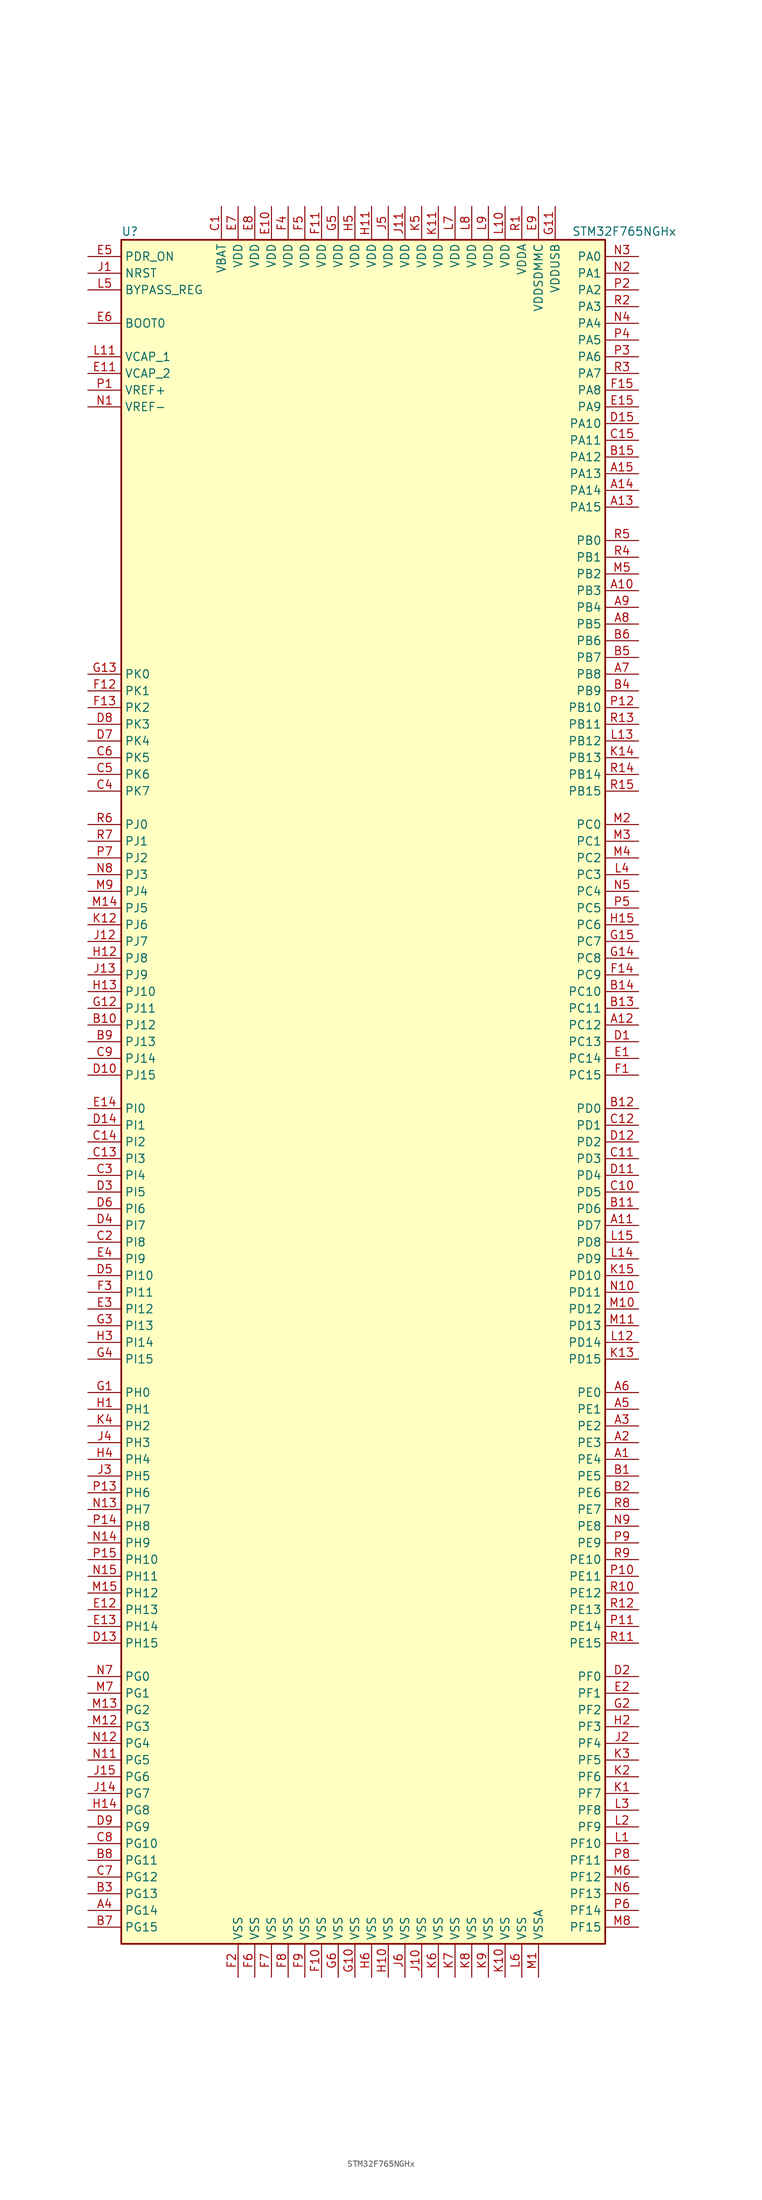
<source format=kicad_sym>
(kicad_symbol_lib
  (version 20211014)
  (generator kicad_symbol_editor)
  (symbol "STM32F765NGHx"
    (property "Reference" "U"
      (at -38.1 130.81 0)
      (effects (font (size 1.27 1.27)) (justify left)))
    (property "Value" "STM32F765NGHx"
      (at 30.48 130.81 0)
      (effects (font (size 1.27 1.27)) (justify left)))
    (symbol "STM32F765NGHx_0_1"
      (rectangle (start -38.1 -129.54) (end 35.56 129.54) (stroke (width 0.254) (type default) (color 0 0 0 0)) (fill (type background))))
    (symbol "STM32F765NGHx_1_1"
      (pin bidirectional line (at 40.64 -55.88 180) (length 5.08) (name "PE4" (effects (font (size 1.27 1.27)))) (number "A1" (effects (font (size 1.27 1.27)))))
      (pin bidirectional line (at 40.64 76.2 180) (length 5.08) (name "PB3" (effects (font (size 1.27 1.27)))) (number "A10" (effects (font (size 1.27 1.27)))))
      (pin bidirectional line (at 40.64 -20.32 180) (length 5.08) (name "PD7" (effects (font (size 1.27 1.27)))) (number "A11" (effects (font (size 1.27 1.27)))))
      (pin bidirectional line (at 40.64 10.16 180) (length 5.08) (name "PC12" (effects (font (size 1.27 1.27)))) (number "A12" (effects (font (size 1.27 1.27)))))
      (pin bidirectional line (at 40.64 88.9 180) (length 5.08) (name "PA15" (effects (font (size 1.27 1.27)))) (number "A13" (effects (font (size 1.27 1.27)))))
      (pin bidirectional line (at 40.64 91.44 180) (length 5.08) (name "PA14" (effects (font (size 1.27 1.27)))) (number "A14" (effects (font (size 1.27 1.27)))))
      (pin bidirectional line (at 40.64 93.98 180) (length 5.08) (name "PA13" (effects (font (size 1.27 1.27)))) (number "A15" (effects (font (size 1.27 1.27)))))
      (pin bidirectional line (at 40.64 -53.34 180) (length 5.08) (name "PE3" (effects (font (size 1.27 1.27)))) (number "A2" (effects (font (size 1.27 1.27)))))
      (pin bidirectional line (at 40.64 -50.8 180) (length 5.08) (name "PE2" (effects (font (size 1.27 1.27)))) (number "A3" (effects (font (size 1.27 1.27)))))
      (pin bidirectional line (at -43.18 -124.46 0) (length 5.08) (name "PG14" (effects (font (size 1.27 1.27)))) (number "A4" (effects (font (size 1.27 1.27)))))
      (pin bidirectional line (at 40.64 -48.26 180) (length 5.08) (name "PE1" (effects (font (size 1.27 1.27)))) (number "A5" (effects (font (size 1.27 1.27)))))
      (pin bidirectional line (at 40.64 -45.72 180) (length 5.08) (name "PE0" (effects (font (size 1.27 1.27)))) (number "A6" (effects (font (size 1.27 1.27)))))
      (pin bidirectional line (at 40.64 63.5 180) (length 5.08) (name "PB8" (effects (font (size 1.27 1.27)))) (number "A7" (effects (font (size 1.27 1.27)))))
      (pin bidirectional line (at 40.64 71.12 180) (length 5.08) (name "PB5" (effects (font (size 1.27 1.27)))) (number "A8" (effects (font (size 1.27 1.27)))))
      (pin bidirectional line (at 40.64 73.66 180) (length 5.08) (name "PB4" (effects (font (size 1.27 1.27)))) (number "A9" (effects (font (size 1.27 1.27)))))
      (pin bidirectional line (at 40.64 -58.42 180) (length 5.08) (name "PE5" (effects (font (size 1.27 1.27)))) (number "B1" (effects (font (size 1.27 1.27)))))
      (pin bidirectional line (at -43.18 10.16 0) (length 5.08) (name "PJ12" (effects (font (size 1.27 1.27)))) (number "B10" (effects (font (size 1.27 1.27)))))
      (pin bidirectional line (at 40.64 -17.78 180) (length 5.08) (name "PD6" (effects (font (size 1.27 1.27)))) (number "B11" (effects (font (size 1.27 1.27)))))
      (pin bidirectional line (at 40.64 -2.54 180) (length 5.08) (name "PD0" (effects (font (size 1.27 1.27)))) (number "B12" (effects (font (size 1.27 1.27)))))
      (pin bidirectional line (at 40.64 12.7 180) (length 5.08) (name "PC11" (effects (font (size 1.27 1.27)))) (number "B13" (effects (font (size 1.27 1.27)))))
      (pin bidirectional line (at 40.64 15.24 180) (length 5.08) (name "PC10" (effects (font (size 1.27 1.27)))) (number "B14" (effects (font (size 1.27 1.27)))))
      (pin bidirectional line (at 40.64 96.52 180) (length 5.08) (name "PA12" (effects (font (size 1.27 1.27)))) (number "B15" (effects (font (size 1.27 1.27)))))
      (pin bidirectional line (at 40.64 -60.96 180) (length 5.08) (name "PE6" (effects (font (size 1.27 1.27)))) (number "B2" (effects (font (size 1.27 1.27)))))
      (pin bidirectional line (at -43.18 -121.92 0) (length 5.08) (name "PG13" (effects (font (size 1.27 1.27)))) (number "B3" (effects (font (size 1.27 1.27)))))
      (pin bidirectional line (at 40.64 60.96 180) (length 5.08) (name "PB9" (effects (font (size 1.27 1.27)))) (number "B4" (effects (font (size 1.27 1.27)))))
      (pin bidirectional line (at 40.64 66.04 180) (length 5.08) (name "PB7" (effects (font (size 1.27 1.27)))) (number "B5" (effects (font (size 1.27 1.27)))))
      (pin bidirectional line (at 40.64 68.58 180) (length 5.08) (name "PB6" (effects (font (size 1.27 1.27)))) (number "B6" (effects (font (size 1.27 1.27)))))
      (pin bidirectional line (at -43.18 -127 0) (length 5.08) (name "PG15" (effects (font (size 1.27 1.27)))) (number "B7" (effects (font (size 1.27 1.27)))))
      (pin bidirectional line (at -43.18 -116.84 0) (length 5.08) (name "PG11" (effects (font (size 1.27 1.27)))) (number "B8" (effects (font (size 1.27 1.27)))))
      (pin bidirectional line (at -43.18 7.62 0) (length 5.08) (name "PJ13" (effects (font (size 1.27 1.27)))) (number "B9" (effects (font (size 1.27 1.27)))))
      (pin power_in line (at -22.86 134.62 270) (length 5.08) (name "VBAT" (effects (font (size 1.27 1.27)))) (number "C1" (effects (font (size 1.27 1.27)))))
      (pin bidirectional line (at 40.64 -15.24 180) (length 5.08) (name "PD5" (effects (font (size 1.27 1.27)))) (number "C10" (effects (font (size 1.27 1.27)))))
      (pin bidirectional line (at 40.64 -10.16 180) (length 5.08) (name "PD3" (effects (font (size 1.27 1.27)))) (number "C11" (effects (font (size 1.27 1.27)))))
      (pin bidirectional line (at 40.64 -5.08 180) (length 5.08) (name "PD1" (effects (font (size 1.27 1.27)))) (number "C12" (effects (font (size 1.27 1.27)))))
      (pin bidirectional line (at -43.18 -10.16 0) (length 5.08) (name "PI3" (effects (font (size 1.27 1.27)))) (number "C13" (effects (font (size 1.27 1.27)))))
      (pin bidirectional line (at -43.18 -7.62 0) (length 5.08) (name "PI2" (effects (font (size 1.27 1.27)))) (number "C14" (effects (font (size 1.27 1.27)))))
      (pin bidirectional line (at 40.64 99.06 180) (length 5.08) (name "PA11" (effects (font (size 1.27 1.27)))) (number "C15" (effects (font (size 1.27 1.27)))))
      (pin bidirectional line (at -43.18 -22.86 0) (length 5.08) (name "PI8" (effects (font (size 1.27 1.27)))) (number "C2" (effects (font (size 1.27 1.27)))))
      (pin bidirectional line (at -43.18 -12.7 0) (length 5.08) (name "PI4" (effects (font (size 1.27 1.27)))) (number "C3" (effects (font (size 1.27 1.27)))))
      (pin bidirectional line (at -43.18 45.72 0) (length 5.08) (name "PK7" (effects (font (size 1.27 1.27)))) (number "C4" (effects (font (size 1.27 1.27)))))
      (pin bidirectional line (at -43.18 48.26 0) (length 5.08) (name "PK6" (effects (font (size 1.27 1.27)))) (number "C5" (effects (font (size 1.27 1.27)))))
      (pin bidirectional line (at -43.18 50.8 0) (length 5.08) (name "PK5" (effects (font (size 1.27 1.27)))) (number "C6" (effects (font (size 1.27 1.27)))))
      (pin bidirectional line (at -43.18 -119.38 0) (length 5.08) (name "PG12" (effects (font (size 1.27 1.27)))) (number "C7" (effects (font (size 1.27 1.27)))))
      (pin bidirectional line (at -43.18 -114.3 0) (length 5.08) (name "PG10" (effects (font (size 1.27 1.27)))) (number "C8" (effects (font (size 1.27 1.27)))))
      (pin bidirectional line (at -43.18 5.08 0) (length 5.08) (name "PJ14" (effects (font (size 1.27 1.27)))) (number "C9" (effects (font (size 1.27 1.27)))))
      (pin bidirectional line (at 40.64 7.62 180) (length 5.08) (name "PC13" (effects (font (size 1.27 1.27)))) (number "D1" (effects (font (size 1.27 1.27)))))
      (pin bidirectional line (at -43.18 2.54 0) (length 5.08) (name "PJ15" (effects (font (size 1.27 1.27)))) (number "D10" (effects (font (size 1.27 1.27)))))
      (pin bidirectional line (at 40.64 -12.7 180) (length 5.08) (name "PD4" (effects (font (size 1.27 1.27)))) (number "D11" (effects (font (size 1.27 1.27)))))
      (pin bidirectional line (at 40.64 -7.62 180) (length 5.08) (name "PD2" (effects (font (size 1.27 1.27)))) (number "D12" (effects (font (size 1.27 1.27)))))
      (pin bidirectional line (at -43.18 -83.82 0) (length 5.08) (name "PH15" (effects (font (size 1.27 1.27)))) (number "D13" (effects (font (size 1.27 1.27)))))
      (pin bidirectional line (at -43.18 -5.08 0) (length 5.08) (name "PI1" (effects (font (size 1.27 1.27)))) (number "D14" (effects (font (size 1.27 1.27)))))
      (pin bidirectional line (at 40.64 101.6 180) (length 5.08) (name "PA10" (effects (font (size 1.27 1.27)))) (number "D15" (effects (font (size 1.27 1.27)))))
      (pin bidirectional line (at 40.64 -88.9 180) (length 5.08) (name "PF0" (effects (font (size 1.27 1.27)))) (number "D2" (effects (font (size 1.27 1.27)))))
      (pin bidirectional line (at -43.18 -15.24 0) (length 5.08) (name "PI5" (effects (font (size 1.27 1.27)))) (number "D3" (effects (font (size 1.27 1.27)))))
      (pin bidirectional line (at -43.18 -20.32 0) (length 5.08) (name "PI7" (effects (font (size 1.27 1.27)))) (number "D4" (effects (font (size 1.27 1.27)))))
      (pin bidirectional line (at -43.18 -27.94 0) (length 5.08) (name "PI10" (effects (font (size 1.27 1.27)))) (number "D5" (effects (font (size 1.27 1.27)))))
      (pin bidirectional line (at -43.18 -17.78 0) (length 5.08) (name "PI6" (effects (font (size 1.27 1.27)))) (number "D6" (effects (font (size 1.27 1.27)))))
      (pin bidirectional line (at -43.18 53.34 0) (length 5.08) (name "PK4" (effects (font (size 1.27 1.27)))) (number "D7" (effects (font (size 1.27 1.27)))))
      (pin bidirectional line (at -43.18 55.88 0) (length 5.08) (name "PK3" (effects (font (size 1.27 1.27)))) (number "D8" (effects (font (size 1.27 1.27)))))
      (pin bidirectional line (at -43.18 -111.76 0) (length 5.08) (name "PG9" (effects (font (size 1.27 1.27)))) (number "D9" (effects (font (size 1.27 1.27)))))
      (pin bidirectional line (at 40.64 5.08 180) (length 5.08) (name "PC14" (effects (font (size 1.27 1.27)))) (number "E1" (effects (font (size 1.27 1.27)))))
      (pin power_in line (at -15.24 134.62 270) (length 5.08) (name "VDD" (effects (font (size 1.27 1.27)))) (number "E10" (effects (font (size 1.27 1.27)))))
      (pin power_in line (at -43.18 109.22 0) (length 5.08) (name "VCAP_2" (effects (font (size 1.27 1.27)))) (number "E11" (effects (font (size 1.27 1.27)))))
      (pin bidirectional line (at -43.18 -78.74 0) (length 5.08) (name "PH13" (effects (font (size 1.27 1.27)))) (number "E12" (effects (font (size 1.27 1.27)))))
      (pin bidirectional line (at -43.18 -81.28 0) (length 5.08) (name "PH14" (effects (font (size 1.27 1.27)))) (number "E13" (effects (font (size 1.27 1.27)))))
      (pin bidirectional line (at -43.18 -2.54 0) (length 5.08) (name "PI0" (effects (font (size 1.27 1.27)))) (number "E14" (effects (font (size 1.27 1.27)))))
      (pin bidirectional line (at 40.64 104.14 180) (length 5.08) (name "PA9" (effects (font (size 1.27 1.27)))) (number "E15" (effects (font (size 1.27 1.27)))))
      (pin bidirectional line (at 40.64 -91.44 180) (length 5.08) (name "PF1" (effects (font (size 1.27 1.27)))) (number "E2" (effects (font (size 1.27 1.27)))))
      (pin bidirectional line (at -43.18 -33.02 0) (length 5.08) (name "PI12" (effects (font (size 1.27 1.27)))) (number "E3" (effects (font (size 1.27 1.27)))))
      (pin bidirectional line (at -43.18 -25.4 0) (length 5.08) (name "PI9" (effects (font (size 1.27 1.27)))) (number "E4" (effects (font (size 1.27 1.27)))))
      (pin input line (at -43.18 127 0) (length 5.08) (name "PDR_ON" (effects (font (size 1.27 1.27)))) (number "E5" (effects (font (size 1.27 1.27)))))
      (pin input line (at -43.18 116.84 0) (length 5.08) (name "BOOT0" (effects (font (size 1.27 1.27)))) (number "E6" (effects (font (size 1.27 1.27)))))
      (pin power_in line (at -20.32 134.62 270) (length 5.08) (name "VDD" (effects (font (size 1.27 1.27)))) (number "E7" (effects (font (size 1.27 1.27)))))
      (pin power_in line (at -17.78 134.62 270) (length 5.08) (name "VDD" (effects (font (size 1.27 1.27)))) (number "E8" (effects (font (size 1.27 1.27)))))
      (pin power_in line (at 25.4 134.62 270) (length 5.08) (name "VDDSDMMC" (effects (font (size 1.27 1.27)))) (number "E9" (effects (font (size 1.27 1.27)))))
      (pin bidirectional line (at 40.64 2.54 180) (length 5.08) (name "PC15" (effects (font (size 1.27 1.27)))) (number "F1" (effects (font (size 1.27 1.27)))))
      (pin power_in line (at -7.62 -134.62 90) (length 5.08) (name "VSS" (effects (font (size 1.27 1.27)))) (number "F10" (effects (font (size 1.27 1.27)))))
      (pin power_in line (at -7.62 134.62 270) (length 5.08) (name "VDD" (effects (font (size 1.27 1.27)))) (number "F11" (effects (font (size 1.27 1.27)))))
      (pin bidirectional line (at -43.18 60.96 0) (length 5.08) (name "PK1" (effects (font (size 1.27 1.27)))) (number "F12" (effects (font (size 1.27 1.27)))))
      (pin bidirectional line (at -43.18 58.42 0) (length 5.08) (name "PK2" (effects (font (size 1.27 1.27)))) (number "F13" (effects (font (size 1.27 1.27)))))
      (pin bidirectional line (at 40.64 17.78 180) (length 5.08) (name "PC9" (effects (font (size 1.27 1.27)))) (number "F14" (effects (font (size 1.27 1.27)))))
      (pin bidirectional line (at 40.64 106.68 180) (length 5.08) (name "PA8" (effects (font (size 1.27 1.27)))) (number "F15" (effects (font (size 1.27 1.27)))))
      (pin power_in line (at -20.32 -134.62 90) (length 5.08) (name "VSS" (effects (font (size 1.27 1.27)))) (number "F2" (effects (font (size 1.27 1.27)))))
      (pin bidirectional line (at -43.18 -30.48 0) (length 5.08) (name "PI11" (effects (font (size 1.27 1.27)))) (number "F3" (effects (font (size 1.27 1.27)))))
      (pin power_in line (at -12.7 134.62 270) (length 5.08) (name "VDD" (effects (font (size 1.27 1.27)))) (number "F4" (effects (font (size 1.27 1.27)))))
      (pin power_in line (at -10.16 134.62 270) (length 5.08) (name "VDD" (effects (font (size 1.27 1.27)))) (number "F5" (effects (font (size 1.27 1.27)))))
      (pin power_in line (at -17.78 -134.62 90) (length 5.08) (name "VSS" (effects (font (size 1.27 1.27)))) (number "F6" (effects (font (size 1.27 1.27)))))
      (pin power_in line (at -15.24 -134.62 90) (length 5.08) (name "VSS" (effects (font (size 1.27 1.27)))) (number "F7" (effects (font (size 1.27 1.27)))))
      (pin power_in line (at -12.7 -134.62 90) (length 5.08) (name "VSS" (effects (font (size 1.27 1.27)))) (number "F8" (effects (font (size 1.27 1.27)))))
      (pin power_in line (at -10.16 -134.62 90) (length 5.08) (name "VSS" (effects (font (size 1.27 1.27)))) (number "F9" (effects (font (size 1.27 1.27)))))
      (pin input line (at -43.18 -45.72 0) (length 5.08) (name "PH0" (effects (font (size 1.27 1.27)))) (number "G1" (effects (font (size 1.27 1.27)))))
      (pin power_in line (at -2.54 -134.62 90) (length 5.08) (name "VSS" (effects (font (size 1.27 1.27)))) (number "G10" (effects (font (size 1.27 1.27)))))
      (pin power_in line (at 27.94 134.62 270) (length 5.08) (name "VDDUSB" (effects (font (size 1.27 1.27)))) (number "G11" (effects (font (size 1.27 1.27)))))
      (pin bidirectional line (at -43.18 12.7 0) (length 5.08) (name "PJ11" (effects (font (size 1.27 1.27)))) (number "G12" (effects (font (size 1.27 1.27)))))
      (pin bidirectional line (at -43.18 63.5 0) (length 5.08) (name "PK0" (effects (font (size 1.27 1.27)))) (number "G13" (effects (font (size 1.27 1.27)))))
      (pin bidirectional line (at 40.64 20.32 180) (length 5.08) (name "PC8" (effects (font (size 1.27 1.27)))) (number "G14" (effects (font (size 1.27 1.27)))))
      (pin bidirectional line (at 40.64 22.86 180) (length 5.08) (name "PC7" (effects (font (size 1.27 1.27)))) (number "G15" (effects (font (size 1.27 1.27)))))
      (pin bidirectional line (at 40.64 -93.98 180) (length 5.08) (name "PF2" (effects (font (size 1.27 1.27)))) (number "G2" (effects (font (size 1.27 1.27)))))
      (pin bidirectional line (at -43.18 -35.56 0) (length 5.08) (name "PI13" (effects (font (size 1.27 1.27)))) (number "G3" (effects (font (size 1.27 1.27)))))
      (pin bidirectional line (at -43.18 -40.64 0) (length 5.08) (name "PI15" (effects (font (size 1.27 1.27)))) (number "G4" (effects (font (size 1.27 1.27)))))
      (pin power_in line (at -5.08 134.62 270) (length 5.08) (name "VDD" (effects (font (size 1.27 1.27)))) (number "G5" (effects (font (size 1.27 1.27)))))
      (pin power_in line (at -5.08 -134.62 90) (length 5.08) (name "VSS" (effects (font (size 1.27 1.27)))) (number "G6" (effects (font (size 1.27 1.27)))))
      (pin input line (at -43.18 -48.26 0) (length 5.08) (name "PH1" (effects (font (size 1.27 1.27)))) (number "H1" (effects (font (size 1.27 1.27)))))
      (pin power_in line (at 2.54 -134.62 90) (length 5.08) (name "VSS" (effects (font (size 1.27 1.27)))) (number "H10" (effects (font (size 1.27 1.27)))))
      (pin power_in line (at 0 134.62 270) (length 5.08) (name "VDD" (effects (font (size 1.27 1.27)))) (number "H11" (effects (font (size 1.27 1.27)))))
      (pin bidirectional line (at -43.18 20.32 0) (length 5.08) (name "PJ8" (effects (font (size 1.27 1.27)))) (number "H12" (effects (font (size 1.27 1.27)))))
      (pin bidirectional line (at -43.18 15.24 0) (length 5.08) (name "PJ10" (effects (font (size 1.27 1.27)))) (number "H13" (effects (font (size 1.27 1.27)))))
      (pin bidirectional line (at -43.18 -109.22 0) (length 5.08) (name "PG8" (effects (font (size 1.27 1.27)))) (number "H14" (effects (font (size 1.27 1.27)))))
      (pin bidirectional line (at 40.64 25.4 180) (length 5.08) (name "PC6" (effects (font (size 1.27 1.27)))) (number "H15" (effects (font (size 1.27 1.27)))))
      (pin bidirectional line (at 40.64 -96.52 180) (length 5.08) (name "PF3" (effects (font (size 1.27 1.27)))) (number "H2" (effects (font (size 1.27 1.27)))))
      (pin bidirectional line (at -43.18 -38.1 0) (length 5.08) (name "PI14" (effects (font (size 1.27 1.27)))) (number "H3" (effects (font (size 1.27 1.27)))))
      (pin bidirectional line (at -43.18 -55.88 0) (length 5.08) (name "PH4" (effects (font (size 1.27 1.27)))) (number "H4" (effects (font (size 1.27 1.27)))))
      (pin power_in line (at -2.54 134.62 270) (length 5.08) (name "VDD" (effects (font (size 1.27 1.27)))) (number "H5" (effects (font (size 1.27 1.27)))))
      (pin power_in line (at 0 -134.62 90) (length 5.08) (name "VSS" (effects (font (size 1.27 1.27)))) (number "H6" (effects (font (size 1.27 1.27)))))
      (pin input line (at -43.18 124.46 0) (length 5.08) (name "NRST" (effects (font (size 1.27 1.27)))) (number "J1" (effects (font (size 1.27 1.27)))))
      (pin power_in line (at 7.62 -134.62 90) (length 5.08) (name "VSS" (effects (font (size 1.27 1.27)))) (number "J10" (effects (font (size 1.27 1.27)))))
      (pin power_in line (at 5.08 134.62 270) (length 5.08) (name "VDD" (effects (font (size 1.27 1.27)))) (number "J11" (effects (font (size 1.27 1.27)))))
      (pin bidirectional line (at -43.18 22.86 0) (length 5.08) (name "PJ7" (effects (font (size 1.27 1.27)))) (number "J12" (effects (font (size 1.27 1.27)))))
      (pin bidirectional line (at -43.18 17.78 0) (length 5.08) (name "PJ9" (effects (font (size 1.27 1.27)))) (number "J13" (effects (font (size 1.27 1.27)))))
      (pin bidirectional line (at -43.18 -106.68 0) (length 5.08) (name "PG7" (effects (font (size 1.27 1.27)))) (number "J14" (effects (font (size 1.27 1.27)))))
      (pin bidirectional line (at -43.18 -104.14 0) (length 5.08) (name "PG6" (effects (font (size 1.27 1.27)))) (number "J15" (effects (font (size 1.27 1.27)))))
      (pin bidirectional line (at 40.64 -99.06 180) (length 5.08) (name "PF4" (effects (font (size 1.27 1.27)))) (number "J2" (effects (font (size 1.27 1.27)))))
      (pin bidirectional line (at -43.18 -58.42 0) (length 5.08) (name "PH5" (effects (font (size 1.27 1.27)))) (number "J3" (effects (font (size 1.27 1.27)))))
      (pin bidirectional line (at -43.18 -53.34 0) (length 5.08) (name "PH3" (effects (font (size 1.27 1.27)))) (number "J4" (effects (font (size 1.27 1.27)))))
      (pin power_in line (at 2.54 134.62 270) (length 5.08) (name "VDD" (effects (font (size 1.27 1.27)))) (number "J5" (effects (font (size 1.27 1.27)))))
      (pin power_in line (at 5.08 -134.62 90) (length 5.08) (name "VSS" (effects (font (size 1.27 1.27)))) (number "J6" (effects (font (size 1.27 1.27)))))
      (pin bidirectional line (at 40.64 -106.68 180) (length 5.08) (name "PF7" (effects (font (size 1.27 1.27)))) (number "K1" (effects (font (size 1.27 1.27)))))
      (pin power_in line (at 20.32 -134.62 90) (length 5.08) (name "VSS" (effects (font (size 1.27 1.27)))) (number "K10" (effects (font (size 1.27 1.27)))))
      (pin power_in line (at 10.16 134.62 270) (length 5.08) (name "VDD" (effects (font (size 1.27 1.27)))) (number "K11" (effects (font (size 1.27 1.27)))))
      (pin bidirectional line (at -43.18 25.4 0) (length 5.08) (name "PJ6" (effects (font (size 1.27 1.27)))) (number "K12" (effects (font (size 1.27 1.27)))))
      (pin bidirectional line (at 40.64 -40.64 180) (length 5.08) (name "PD15" (effects (font (size 1.27 1.27)))) (number "K13" (effects (font (size 1.27 1.27)))))
      (pin bidirectional line (at 40.64 50.8 180) (length 5.08) (name "PB13" (effects (font (size 1.27 1.27)))) (number "K14" (effects (font (size 1.27 1.27)))))
      (pin bidirectional line (at 40.64 -27.94 180) (length 5.08) (name "PD10" (effects (font (size 1.27 1.27)))) (number "K15" (effects (font (size 1.27 1.27)))))
      (pin bidirectional line (at 40.64 -104.14 180) (length 5.08) (name "PF6" (effects (font (size 1.27 1.27)))) (number "K2" (effects (font (size 1.27 1.27)))))
      (pin bidirectional line (at 40.64 -101.6 180) (length 5.08) (name "PF5" (effects (font (size 1.27 1.27)))) (number "K3" (effects (font (size 1.27 1.27)))))
      (pin bidirectional line (at -43.18 -50.8 0) (length 5.08) (name "PH2" (effects (font (size 1.27 1.27)))) (number "K4" (effects (font (size 1.27 1.27)))))
      (pin power_in line (at 7.62 134.62 270) (length 5.08) (name "VDD" (effects (font (size 1.27 1.27)))) (number "K5" (effects (font (size 1.27 1.27)))))
      (pin power_in line (at 10.16 -134.62 90) (length 5.08) (name "VSS" (effects (font (size 1.27 1.27)))) (number "K6" (effects (font (size 1.27 1.27)))))
      (pin power_in line (at 12.7 -134.62 90) (length 5.08) (name "VSS" (effects (font (size 1.27 1.27)))) (number "K7" (effects (font (size 1.27 1.27)))))
      (pin power_in line (at 15.24 -134.62 90) (length 5.08) (name "VSS" (effects (font (size 1.27 1.27)))) (number "K8" (effects (font (size 1.27 1.27)))))
      (pin power_in line (at 17.78 -134.62 90) (length 5.08) (name "VSS" (effects (font (size 1.27 1.27)))) (number "K9" (effects (font (size 1.27 1.27)))))
      (pin bidirectional line (at 40.64 -114.3 180) (length 5.08) (name "PF10" (effects (font (size 1.27 1.27)))) (number "L1" (effects (font (size 1.27 1.27)))))
      (pin power_in line (at 20.32 134.62 270) (length 5.08) (name "VDD" (effects (font (size 1.27 1.27)))) (number "L10" (effects (font (size 1.27 1.27)))))
      (pin power_in line (at -43.18 111.76 0) (length 5.08) (name "VCAP_1" (effects (font (size 1.27 1.27)))) (number "L11" (effects (font (size 1.27 1.27)))))
      (pin bidirectional line (at 40.64 -38.1 180) (length 5.08) (name "PD14" (effects (font (size 1.27 1.27)))) (number "L12" (effects (font (size 1.27 1.27)))))
      (pin bidirectional line (at 40.64 53.34 180) (length 5.08) (name "PB12" (effects (font (size 1.27 1.27)))) (number "L13" (effects (font (size 1.27 1.27)))))
      (pin bidirectional line (at 40.64 -25.4 180) (length 5.08) (name "PD9" (effects (font (size 1.27 1.27)))) (number "L14" (effects (font (size 1.27 1.27)))))
      (pin bidirectional line (at 40.64 -22.86 180) (length 5.08) (name "PD8" (effects (font (size 1.27 1.27)))) (number "L15" (effects (font (size 1.27 1.27)))))
      (pin bidirectional line (at 40.64 -111.76 180) (length 5.08) (name "PF9" (effects (font (size 1.27 1.27)))) (number "L2" (effects (font (size 1.27 1.27)))))
      (pin bidirectional line (at 40.64 -109.22 180) (length 5.08) (name "PF8" (effects (font (size 1.27 1.27)))) (number "L3" (effects (font (size 1.27 1.27)))))
      (pin bidirectional line (at 40.64 33.02 180) (length 5.08) (name "PC3" (effects (font (size 1.27 1.27)))) (number "L4" (effects (font (size 1.27 1.27)))))
      (pin input line (at -43.18 121.92 0) (length 5.08) (name "BYPASS_REG" (effects (font (size 1.27 1.27)))) (number "L5" (effects (font (size 1.27 1.27)))))
      (pin power_in line (at 22.86 -134.62 90) (length 5.08) (name "VSS" (effects (font (size 1.27 1.27)))) (number "L6" (effects (font (size 1.27 1.27)))))
      (pin power_in line (at 12.7 134.62 270) (length 5.08) (name "VDD" (effects (font (size 1.27 1.27)))) (number "L7" (effects (font (size 1.27 1.27)))))
      (pin power_in line (at 15.24 134.62 270) (length 5.08) (name "VDD" (effects (font (size 1.27 1.27)))) (number "L8" (effects (font (size 1.27 1.27)))))
      (pin power_in line (at 17.78 134.62 270) (length 5.08) (name "VDD" (effects (font (size 1.27 1.27)))) (number "L9" (effects (font (size 1.27 1.27)))))
      (pin power_in line (at 25.4 -134.62 90) (length 5.08) (name "VSSA" (effects (font (size 1.27 1.27)))) (number "M1" (effects (font (size 1.27 1.27)))))
      (pin bidirectional line (at 40.64 -33.02 180) (length 5.08) (name "PD12" (effects (font (size 1.27 1.27)))) (number "M10" (effects (font (size 1.27 1.27)))))
      (pin bidirectional line (at 40.64 -35.56 180) (length 5.08) (name "PD13" (effects (font (size 1.27 1.27)))) (number "M11" (effects (font (size 1.27 1.27)))))
      (pin bidirectional line (at -43.18 -96.52 0) (length 5.08) (name "PG3" (effects (font (size 1.27 1.27)))) (number "M12" (effects (font (size 1.27 1.27)))))
      (pin bidirectional line (at -43.18 -93.98 0) (length 5.08) (name "PG2" (effects (font (size 1.27 1.27)))) (number "M13" (effects (font (size 1.27 1.27)))))
      (pin bidirectional line (at -43.18 27.94 0) (length 5.08) (name "PJ5" (effects (font (size 1.27 1.27)))) (number "M14" (effects (font (size 1.27 1.27)))))
      (pin bidirectional line (at -43.18 -76.2 0) (length 5.08) (name "PH12" (effects (font (size 1.27 1.27)))) (number "M15" (effects (font (size 1.27 1.27)))))
      (pin bidirectional line (at 40.64 40.64 180) (length 5.08) (name "PC0" (effects (font (size 1.27 1.27)))) (number "M2" (effects (font (size 1.27 1.27)))))
      (pin bidirectional line (at 40.64 38.1 180) (length 5.08) (name "PC1" (effects (font (size 1.27 1.27)))) (number "M3" (effects (font (size 1.27 1.27)))))
      (pin bidirectional line (at 40.64 35.56 180) (length 5.08) (name "PC2" (effects (font (size 1.27 1.27)))) (number "M4" (effects (font (size 1.27 1.27)))))
      (pin bidirectional line (at 40.64 78.74 180) (length 5.08) (name "PB2" (effects (font (size 1.27 1.27)))) (number "M5" (effects (font (size 1.27 1.27)))))
      (pin bidirectional line (at 40.64 -119.38 180) (length 5.08) (name "PF12" (effects (font (size 1.27 1.27)))) (number "M6" (effects (font (size 1.27 1.27)))))
      (pin bidirectional line (at -43.18 -91.44 0) (length 5.08) (name "PG1" (effects (font (size 1.27 1.27)))) (number "M7" (effects (font (size 1.27 1.27)))))
      (pin bidirectional line (at 40.64 -127 180) (length 5.08) (name "PF15" (effects (font (size 1.27 1.27)))) (number "M8" (effects (font (size 1.27 1.27)))))
      (pin bidirectional line (at -43.18 30.48 0) (length 5.08) (name "PJ4" (effects (font (size 1.27 1.27)))) (number "M9" (effects (font (size 1.27 1.27)))))
      (pin power_in line (at -43.18 104.14 0) (length 5.08) (name "VREF-" (effects (font (size 1.27 1.27)))) (number "N1" (effects (font (size 1.27 1.27)))))
      (pin bidirectional line (at 40.64 -30.48 180) (length 5.08) (name "PD11" (effects (font (size 1.27 1.27)))) (number "N10" (effects (font (size 1.27 1.27)))))
      (pin bidirectional line (at -43.18 -101.6 0) (length 5.08) (name "PG5" (effects (font (size 1.27 1.27)))) (number "N11" (effects (font (size 1.27 1.27)))))
      (pin bidirectional line (at -43.18 -99.06 0) (length 5.08) (name "PG4" (effects (font (size 1.27 1.27)))) (number "N12" (effects (font (size 1.27 1.27)))))
      (pin bidirectional line (at -43.18 -63.5 0) (length 5.08) (name "PH7" (effects (font (size 1.27 1.27)))) (number "N13" (effects (font (size 1.27 1.27)))))
      (pin bidirectional line (at -43.18 -68.58 0) (length 5.08) (name "PH9" (effects (font (size 1.27 1.27)))) (number "N14" (effects (font (size 1.27 1.27)))))
      (pin bidirectional line (at -43.18 -73.66 0) (length 5.08) (name "PH11" (effects (font (size 1.27 1.27)))) (number "N15" (effects (font (size 1.27 1.27)))))
      (pin bidirectional line (at 40.64 124.46 180) (length 5.08) (name "PA1" (effects (font (size 1.27 1.27)))) (number "N2" (effects (font (size 1.27 1.27)))))
      (pin bidirectional line (at 40.64 127 180) (length 5.08) (name "PA0" (effects (font (size 1.27 1.27)))) (number "N3" (effects (font (size 1.27 1.27)))))
      (pin bidirectional line (at 40.64 116.84 180) (length 5.08) (name "PA4" (effects (font (size 1.27 1.27)))) (number "N4" (effects (font (size 1.27 1.27)))))
      (pin bidirectional line (at 40.64 30.48 180) (length 5.08) (name "PC4" (effects (font (size 1.27 1.27)))) (number "N5" (effects (font (size 1.27 1.27)))))
      (pin bidirectional line (at 40.64 -121.92 180) (length 5.08) (name "PF13" (effects (font (size 1.27 1.27)))) (number "N6" (effects (font (size 1.27 1.27)))))
      (pin bidirectional line (at -43.18 -88.9 0) (length 5.08) (name "PG0" (effects (font (size 1.27 1.27)))) (number "N7" (effects (font (size 1.27 1.27)))))
      (pin bidirectional line (at -43.18 33.02 0) (length 5.08) (name "PJ3" (effects (font (size 1.27 1.27)))) (number "N8" (effects (font (size 1.27 1.27)))))
      (pin bidirectional line (at 40.64 -66.04 180) (length 5.08) (name "PE8" (effects (font (size 1.27 1.27)))) (number "N9" (effects (font (size 1.27 1.27)))))
      (pin power_in line (at -43.18 106.68 0) (length 5.08) (name "VREF+" (effects (font (size 1.27 1.27)))) (number "P1" (effects (font (size 1.27 1.27)))))
      (pin bidirectional line (at 40.64 -73.66 180) (length 5.08) (name "PE11" (effects (font (size 1.27 1.27)))) (number "P10" (effects (font (size 1.27 1.27)))))
      (pin bidirectional line (at 40.64 -81.28 180) (length 5.08) (name "PE14" (effects (font (size 1.27 1.27)))) (number "P11" (effects (font (size 1.27 1.27)))))
      (pin bidirectional line (at 40.64 58.42 180) (length 5.08) (name "PB10" (effects (font (size 1.27 1.27)))) (number "P12" (effects (font (size 1.27 1.27)))))
      (pin bidirectional line (at -43.18 -60.96 0) (length 5.08) (name "PH6" (effects (font (size 1.27 1.27)))) (number "P13" (effects (font (size 1.27 1.27)))))
      (pin bidirectional line (at -43.18 -66.04 0) (length 5.08) (name "PH8" (effects (font (size 1.27 1.27)))) (number "P14" (effects (font (size 1.27 1.27)))))
      (pin bidirectional line (at -43.18 -71.12 0) (length 5.08) (name "PH10" (effects (font (size 1.27 1.27)))) (number "P15" (effects (font (size 1.27 1.27)))))
      (pin bidirectional line (at 40.64 121.92 180) (length 5.08) (name "PA2" (effects (font (size 1.27 1.27)))) (number "P2" (effects (font (size 1.27 1.27)))))
      (pin bidirectional line (at 40.64 111.76 180) (length 5.08) (name "PA6" (effects (font (size 1.27 1.27)))) (number "P3" (effects (font (size 1.27 1.27)))))
      (pin bidirectional line (at 40.64 114.3 180) (length 5.08) (name "PA5" (effects (font (size 1.27 1.27)))) (number "P4" (effects (font (size 1.27 1.27)))))
      (pin bidirectional line (at 40.64 27.94 180) (length 5.08) (name "PC5" (effects (font (size 1.27 1.27)))) (number "P5" (effects (font (size 1.27 1.27)))))
      (pin bidirectional line (at 40.64 -124.46 180) (length 5.08) (name "PF14" (effects (font (size 1.27 1.27)))) (number "P6" (effects (font (size 1.27 1.27)))))
      (pin bidirectional line (at -43.18 35.56 0) (length 5.08) (name "PJ2" (effects (font (size 1.27 1.27)))) (number "P7" (effects (font (size 1.27 1.27)))))
      (pin bidirectional line (at 40.64 -116.84 180) (length 5.08) (name "PF11" (effects (font (size 1.27 1.27)))) (number "P8" (effects (font (size 1.27 1.27)))))
      (pin bidirectional line (at 40.64 -68.58 180) (length 5.08) (name "PE9" (effects (font (size 1.27 1.27)))) (number "P9" (effects (font (size 1.27 1.27)))))
      (pin power_in line (at 22.86 134.62 270) (length 5.08) (name "VDDA" (effects (font (size 1.27 1.27)))) (number "R1" (effects (font (size 1.27 1.27)))))
      (pin bidirectional line (at 40.64 -76.2 180) (length 5.08) (name "PE12" (effects (font (size 1.27 1.27)))) (number "R10" (effects (font (size 1.27 1.27)))))
      (pin bidirectional line (at 40.64 -83.82 180) (length 5.08) (name "PE15" (effects (font (size 1.27 1.27)))) (number "R11" (effects (font (size 1.27 1.27)))))
      (pin bidirectional line (at 40.64 -78.74 180) (length 5.08) (name "PE13" (effects (font (size 1.27 1.27)))) (number "R12" (effects (font (size 1.27 1.27)))))
      (pin bidirectional line (at 40.64 55.88 180) (length 5.08) (name "PB11" (effects (font (size 1.27 1.27)))) (number "R13" (effects (font (size 1.27 1.27)))))
      (pin bidirectional line (at 40.64 48.26 180) (length 5.08) (name "PB14" (effects (font (size 1.27 1.27)))) (number "R14" (effects (font (size 1.27 1.27)))))
      (pin bidirectional line (at 40.64 45.72 180) (length 5.08) (name "PB15" (effects (font (size 1.27 1.27)))) (number "R15" (effects (font (size 1.27 1.27)))))
      (pin bidirectional line (at 40.64 119.38 180) (length 5.08) (name "PA3" (effects (font (size 1.27 1.27)))) (number "R2" (effects (font (size 1.27 1.27)))))
      (pin bidirectional line (at 40.64 109.22 180) (length 5.08) (name "PA7" (effects (font (size 1.27 1.27)))) (number "R3" (effects (font (size 1.27 1.27)))))
      (pin bidirectional line (at 40.64 81.28 180) (length 5.08) (name "PB1" (effects (font (size 1.27 1.27)))) (number "R4" (effects (font (size 1.27 1.27)))))
      (pin bidirectional line (at 40.64 83.82 180) (length 5.08) (name "PB0" (effects (font (size 1.27 1.27)))) (number "R5" (effects (font (size 1.27 1.27)))))
      (pin bidirectional line (at -43.18 40.64 0) (length 5.08) (name "PJ0" (effects (font (size 1.27 1.27)))) (number "R6" (effects (font (size 1.27 1.27)))))
      (pin bidirectional line (at -43.18 38.1 0) (length 5.08) (name "PJ1" (effects (font (size 1.27 1.27)))) (number "R7" (effects (font (size 1.27 1.27)))))
      (pin bidirectional line (at 40.64 -63.5 180) (length 5.08) (name "PE7" (effects (font (size 1.27 1.27)))) (number "R8" (effects (font (size 1.27 1.27)))))
      (pin bidirectional line (at 40.64 -71.12 180) (length 5.08) (name "PE10" (effects (font (size 1.27 1.27)))) (number "R9" (effects (font (size 1.27 1.27))))))))
</source>
